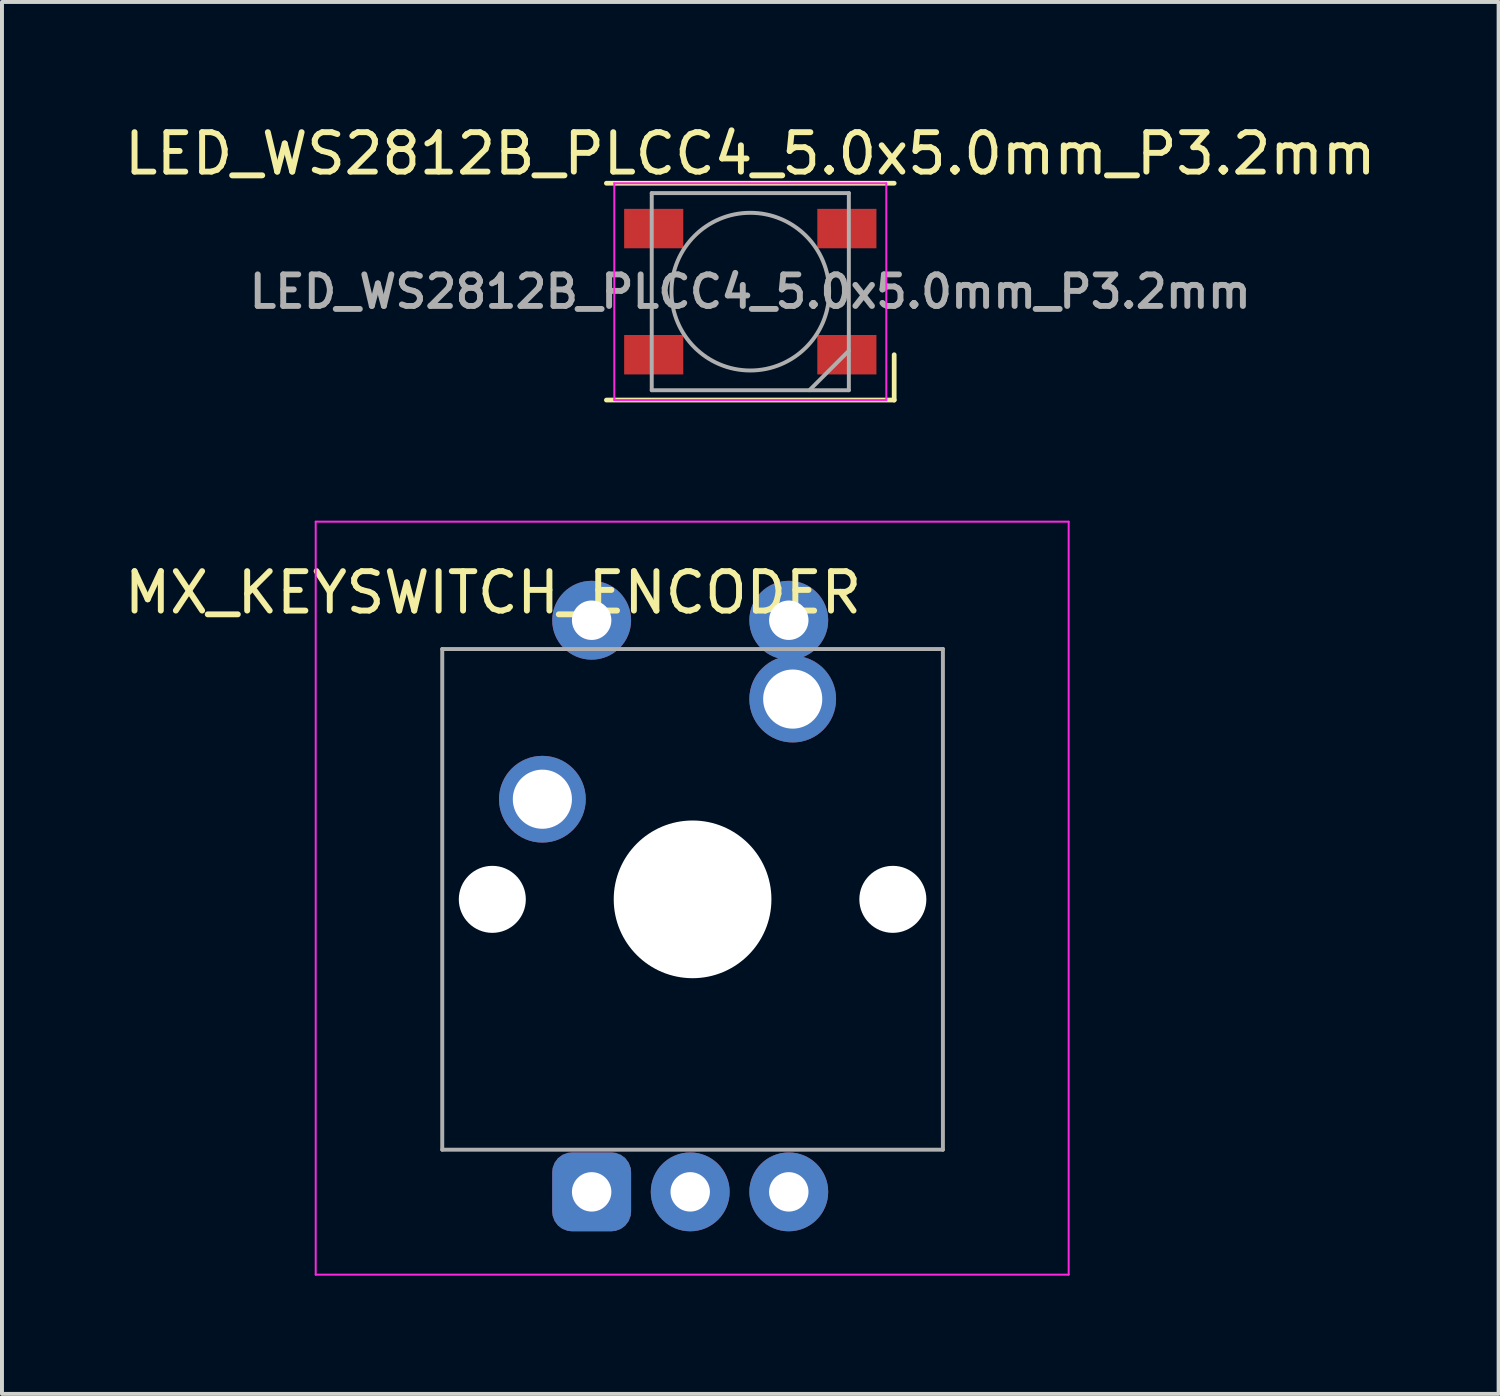
<source format=kicad_pcb>
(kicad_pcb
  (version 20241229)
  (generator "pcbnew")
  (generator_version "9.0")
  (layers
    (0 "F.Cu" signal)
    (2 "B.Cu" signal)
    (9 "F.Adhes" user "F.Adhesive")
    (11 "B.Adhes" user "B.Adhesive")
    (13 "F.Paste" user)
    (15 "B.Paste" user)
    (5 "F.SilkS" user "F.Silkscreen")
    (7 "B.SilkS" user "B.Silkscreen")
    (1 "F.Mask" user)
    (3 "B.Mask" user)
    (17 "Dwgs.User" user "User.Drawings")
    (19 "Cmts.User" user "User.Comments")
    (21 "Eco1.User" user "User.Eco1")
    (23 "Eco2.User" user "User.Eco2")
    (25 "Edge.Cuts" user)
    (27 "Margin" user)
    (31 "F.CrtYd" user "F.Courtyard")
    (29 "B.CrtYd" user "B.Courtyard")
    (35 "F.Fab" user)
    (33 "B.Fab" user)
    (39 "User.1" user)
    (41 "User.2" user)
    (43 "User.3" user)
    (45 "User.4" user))
  (footprint "LED_WS2812B_PLCC4_5.0x5.0mm_P3.2mm"
    (layer "F.Cu")
    (at 15.982 4.348)
    (property "Reference" "LED_WS2812B_PLCC4_5.0x5.0mm_P3.2mm" (at 0 -3.5 0) (layer "F.SilkS") (effects (font (size 1 1) (thickness 0.15))))
    (attr smd)
    (fp_line (start -3.65 -2.75) (end 3.65 -2.75) (stroke (width 0.12) (type solid)) (layer "F.SilkS"))
    (fp_line (start -3.65 2.75) (end 3.65 2.75) (stroke (width 0.12) (type solid)) (layer "F.SilkS"))
    (fp_line (start 3.65 2.75) (end 3.65 1.6) (stroke (width 0.12) (type solid)) (layer "F.SilkS"))
    (fp_line (start -3.45 -2.75) (end -3.45 2.75) (stroke (width 0.05) (type solid)) (layer "F.CrtYd"))
    (fp_line (start -3.45 2.75) (end 3.45 2.75) (stroke (width 0.05) (type solid)) (layer "F.CrtYd"))
    (fp_line (start 3.45 -2.75) (end -3.45 -2.75) (stroke (width 0.05) (type solid)) (layer "F.CrtYd"))
    (fp_line (start 3.45 2.75) (end 3.45 -2.75) (stroke (width 0.05) (type solid)) (layer "F.CrtYd"))
    (fp_line (start -2.5 -2.5) (end -2.5 2.5) (stroke (width 0.1) (type solid)) (layer "F.Fab"))
    (fp_line (start -2.5 2.5) (end 2.5 2.5) (stroke (width 0.1) (type solid)) (layer "F.Fab"))
    (fp_line (start 2.5 -2.5) (end -2.5 -2.5) (stroke (width 0.1) (type solid)) (layer "F.Fab"))
    (fp_line (start 2.5 1.5) (end 1.5 2.5) (stroke (width 0.1) (type solid)) (layer "F.Fab"))
    (fp_line (start 2.5 2.5) (end 2.5 -2.5) (stroke (width 0.1) (type solid)) (layer "F.Fab"))
    (fp_circle (center 0 0) (end 0 -2) (stroke (width 0.1) (type solid)) (fill no) (layer "F.Fab"))
    (fp_text user "${REFERENCE}" (at 0 0 0) (layer "F.Fab") (effects (font (size 0.8 0.8) (thickness 0.15))))
    (pad "1" smd rect (at -2.45 -1.6) (size 1.5 1) (layers "F.Cu" "F.Mask" "F.Paste"))
    (pad "2" smd rect (at -2.45 1.6) (size 1.5 1) (layers "F.Cu" "F.Mask" "F.Paste"))
    (pad "3" smd rect (at 2.45 1.6) (size 1.5 1) (layers "F.Cu" "F.Mask" "F.Paste"))
    (pad "4" smd rect (at 2.45 -1.6) (size 1.5 1) (layers "F.Cu" "F.Mask" "F.Paste")))
  (footprint "MX_KEYSWITCH_ENCODER"
    (layer "F.Cu")
    (at 14.458 19.783)
    (property "Reference" "MX_KEYSWITCH_ENCODER" (at -5 -7.8 0) (layer "F.SilkS") (effects (font (size 1 1) (thickness 0.15))))
    (fp_line (start -9.5 -9.6) (end -9.5 9.5) (stroke (width 0.05) (type solid)) (layer "F.CrtYd"))
    (fp_line (start -9.5 -9.6) (end 9.6 -9.6) (stroke (width 0.05) (type solid)) (layer "F.CrtYd"))
    (fp_line (start -9.5 9.5) (end 9.6 9.5) (stroke (width 0.05) (type solid)) (layer "F.CrtYd"))
    (fp_line (start 9.6 -9.6) (end 9.6 9.5) (stroke (width 0.05) (type solid)) (layer "F.CrtYd"))
    (fp_line (start -6.29 -6.37) (end 6.41 -6.37) (stroke (width 0.1) (type solid)) (layer "F.Fab"))
    (fp_line (start -6.29 6.33) (end -6.29 -6.37) (stroke (width 0.1) (type solid)) (layer "F.Fab"))
    (fp_line (start 6.41 -6.37) (end 6.41 6.33) (stroke (width 0.1) (type solid)) (layer "F.Fab"))
    (fp_line (start 6.41 6.33) (end -6.29 6.33) (stroke (width 0.1) (type solid)) (layer "F.Fab"))
    (pad "" np_thru_hole circle (at -5.02 -0.02) (size 1.7 1.7) (drill 1.7) (layers "*.Cu" "*.Mask"))
    (pad "" np_thru_hole circle (at 0.06 -0.02) (size 4 4) (drill 4) (layers "*.Cu" "*.Mask"))
    (pad "" np_thru_hole circle (at 5.14 -0.02) (size 1.7 1.7) (drill 1.7) (layers "*.Cu" "*.Mask"))
    (pad "A" thru_hole roundrect (at -2.5 7.4 90) (size 2 2) (drill 1) (layers "*.Cu" "*.Mask") (roundrect_rratio 0.25))
    (pad "B" thru_hole circle (at 2.5 7.4 90) (size 2 2) (drill 1) (layers "*.Cu" "*.Mask"))
    (pad "C" thru_hole circle (at 0 7.4 90) (size 2 2) (drill 1) (layers "*.Cu" "*.Mask"))
    (pad "S1" thru_hole circle (at 2.5 -7.1 90) (size 2 2) (drill 1) (layers "*.Cu" "*.Mask"))
    (pad "S1" thru_hole circle (at 2.6 -5.1) (size 2.2 2.2) (drill 1.5) (layers "*.Cu" "*.Mask"))
    (pad "S2" thru_hole circle (at -3.75 -2.56) (size 2.2 2.2) (drill 1.5) (layers "*.Cu" "*.Mask"))
    (pad "S2" thru_hole circle (at -2.5 -7.1 90) (size 2 2) (drill 1) (layers "*.Cu" "*.Mask")))
  (gr_rect
    (start -3 -3)
    (end 34.964 32.308)
    (stroke (width 0.1) (type default))
    (fill no)
    (layer "Edge.Cuts")))
</source>
